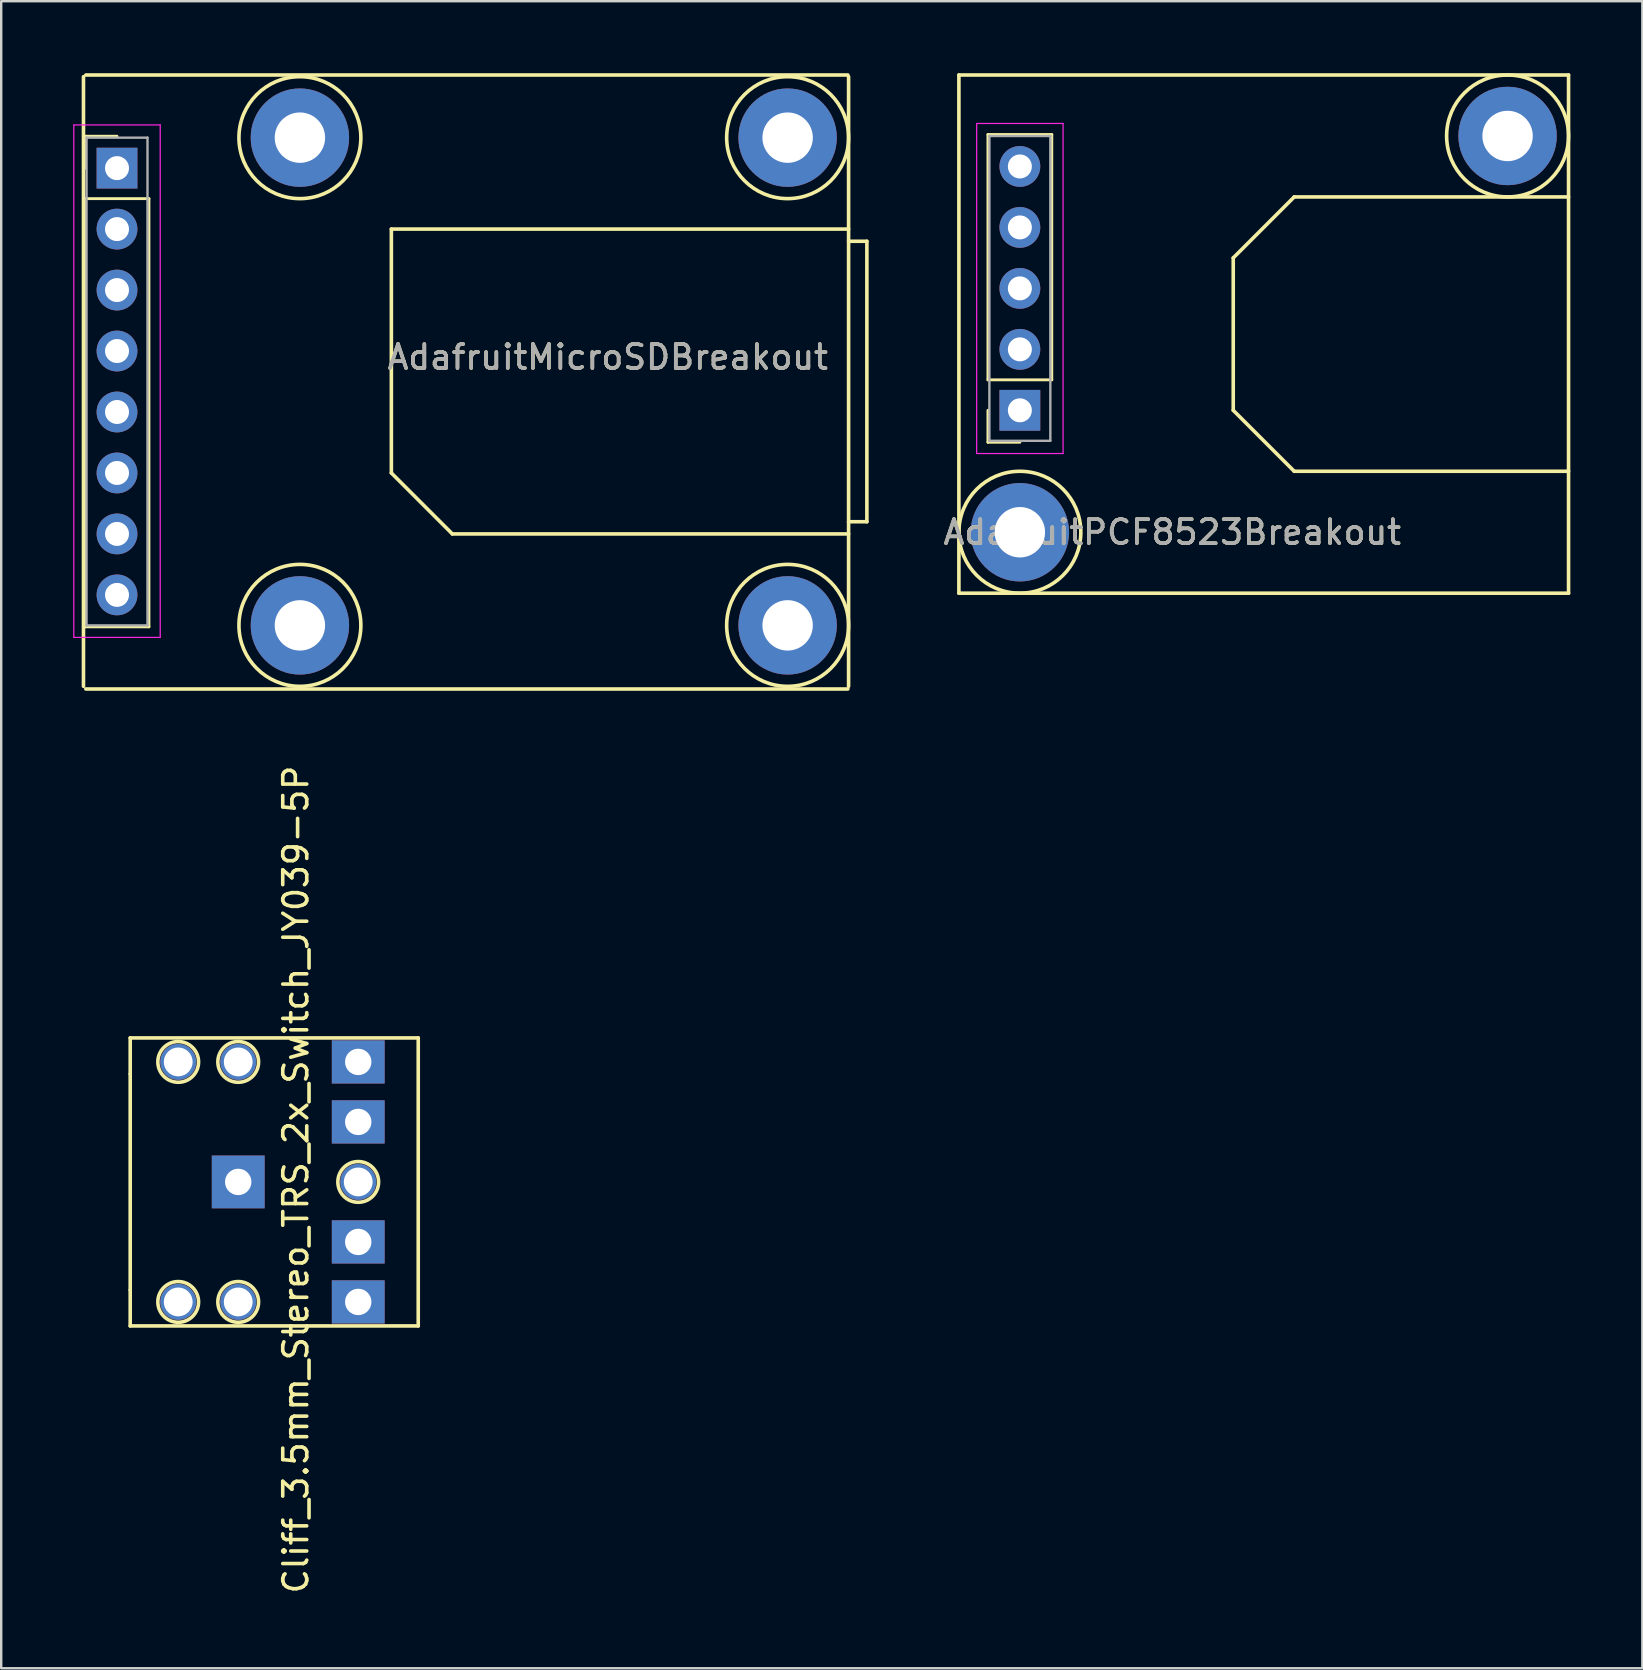
<source format=kicad_pcb>
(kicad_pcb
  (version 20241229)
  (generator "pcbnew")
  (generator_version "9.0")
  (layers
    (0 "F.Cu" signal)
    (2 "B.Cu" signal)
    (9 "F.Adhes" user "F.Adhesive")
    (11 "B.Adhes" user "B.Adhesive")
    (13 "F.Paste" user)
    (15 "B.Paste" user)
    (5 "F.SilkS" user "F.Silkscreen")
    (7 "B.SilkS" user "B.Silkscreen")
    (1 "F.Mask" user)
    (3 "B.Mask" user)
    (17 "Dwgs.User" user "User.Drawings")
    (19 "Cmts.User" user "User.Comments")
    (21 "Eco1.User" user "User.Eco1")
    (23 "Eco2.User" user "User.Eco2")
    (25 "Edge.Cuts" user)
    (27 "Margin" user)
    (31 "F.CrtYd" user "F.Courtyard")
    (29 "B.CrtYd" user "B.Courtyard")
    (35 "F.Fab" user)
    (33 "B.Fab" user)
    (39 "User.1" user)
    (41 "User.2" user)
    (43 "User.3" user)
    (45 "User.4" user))
  (footprint "AdafruitPCF8523Breakout"
    (layer "F.Cu")
    (at 39.441 14.045)
    (property "Reference" "AdafruitPCF8523Breakout" (at 6.35 5.08 180) (layer "F.SilkS") (effects (font (size 1 1) (thickness 0.15))))
    (attr through_hole)
    (fp_line (start -2.54 7.62) (end -2.54 -13.97) (stroke (width 0.15) (type solid)) (layer "F.SilkS"))
    (fp_line (start -2.54 7.62) (end 22.86 7.62) (stroke (width 0.15) (type solid)) (layer "F.SilkS"))
    (fp_line (start -1.33 -11.49) (end 1.33 -11.49) (stroke (width 0.12) (type solid)) (layer "F.SilkS"))
    (fp_line (start -1.33 -1.27) (end -1.33 -11.49) (stroke (width 0.12) (type solid)) (layer "F.SilkS"))
    (fp_line (start -1.33 0) (end -1.33 1.33) (stroke (width 0.12) (type solid)) (layer "F.SilkS"))
    (fp_line (start -1.33 1.33) (end 0 1.33) (stroke (width 0.12) (type solid)) (layer "F.SilkS"))
    (fp_line (start 1.33 -11.49) (end 1.33 -1.27) (stroke (width 0.12) (type solid)) (layer "F.SilkS"))
    (fp_line (start 1.33 -1.27) (end -1.33 -1.27) (stroke (width 0.12) (type solid)) (layer "F.SilkS"))
    (fp_line (start 8.89 -6.35) (end 11.43 -8.89) (stroke (width 0.15) (type solid)) (layer "F.SilkS"))
    (fp_line (start 8.89 0) (end 8.89 -6.35) (stroke (width 0.15) (type solid)) (layer "F.SilkS"))
    (fp_line (start 11.43 -8.89) (end 22.86 -8.89) (stroke (width 0.15) (type solid)) (layer "F.SilkS"))
    (fp_line (start 11.43 2.54) (end 8.89 0) (stroke (width 0.15) (type solid)) (layer "F.SilkS"))
    (fp_line (start 22.86 -13.97) (end -2.54 -13.97) (stroke (width 0.15) (type solid)) (layer "F.SilkS"))
    (fp_line (start 22.86 2.54) (end 11.43 2.54) (stroke (width 0.15) (type solid)) (layer "F.SilkS"))
    (fp_line (start 22.86 7.62) (end 22.86 -13.97) (stroke (width 0.15) (type solid)) (layer "F.SilkS"))
    (fp_circle (center 0 5.08) (end 2.54 5.08) (stroke (width 0.15) (type solid)) (fill no) (layer "F.SilkS"))
    (fp_circle (center 20.32 -11.43) (end 22.86 -11.43) (stroke (width 0.15) (type solid)) (fill no) (layer "F.SilkS"))
    (fp_line (start -1.8 -11.95) (end 1.8 -11.95) (stroke (width 0.05) (type solid)) (layer "F.CrtYd"))
    (fp_line (start -1.8 1.8) (end -1.8 -11.95) (stroke (width 0.05) (type solid)) (layer "F.CrtYd"))
    (fp_line (start 1.8 -11.95) (end 1.8 1.8) (stroke (width 0.05) (type solid)) (layer "F.CrtYd"))
    (fp_line (start 1.8 1.8) (end -1.8 1.8) (stroke (width 0.05) (type solid)) (layer "F.CrtYd"))
    (fp_line (start -1.27 -11.43) (end 1.27 -11.43) (stroke (width 0.1) (type solid)) (layer "F.Fab"))
    (fp_line (start -1.27 1.27) (end -1.27 -11.43) (stroke (width 0.1) (type solid)) (layer "F.Fab"))
    (fp_line (start 1.27 -11.43) (end 1.27 1.27) (stroke (width 0.1) (type solid)) (layer "F.Fab"))
    (fp_line (start 1.27 1.27) (end -1.27 1.27) (stroke (width 0.1) (type solid)) (layer "F.Fab"))
    (fp_text user "${REFERENCE}" (at 6.35 5.08 180) (layer "F.Fab") (effects (font (size 1 1) (thickness 0.15))))
    (pad "" np_thru_hole circle (at 0 5.08 180) (size 4.1 4.1) (drill 2.1) (layers "*.Cu" "*.Mask"))
    (pad "" np_thru_hole circle (at 20.32 -11.43 180) (size 4.1 4.1) (drill 2.1) (layers "*.Cu" "*.Mask"))
    (pad "1" thru_hole rect (at 0 0 180) (size 1.7 1.7) (drill 1) (layers "*.Cu" "*.Mask"))
    (pad "2" thru_hole oval (at 0 -2.54 180) (size 1.7 1.7) (drill 1) (layers "*.Cu" "*.Mask"))
    (pad "3" thru_hole oval (at 0 -5.08 180) (size 1.7 1.7) (drill 1) (layers "*.Cu" "*.Mask"))
    (pad "4" thru_hole oval (at 0 -7.62 180) (size 1.7 1.7) (drill 1) (layers "*.Cu" "*.Mask"))
    (pad "5" thru_hole oval (at 0 -10.16 180) (size 1.7 1.7) (drill 1) (layers "*.Cu" "*.Mask")))
  (footprint "Cliff_3.5mm_Stereo_TRS_2x_Switch_JY039-5P"
    (layer "F.Cu")
    (at 6.875 46.193)
    (property "Reference" "Cliff_3.5mm_Stereo_TRS_2x_Switch_JY039-5P" (at 2.4 -0.1 90) (layer "F.SilkS") (effects (font (size 1 1) (thickness 0.15))))
    (attr through_hole)
    (fp_line (start -4.5 -4.5) (end -4.5 -6) (stroke (width 0.15) (type solid)) (layer "F.SilkS"))
    (fp_line (start -4.5 -4.5) (end -4.5 4.5) (stroke (width 0.15) (type solid)) (layer "F.SilkS"))
    (fp_line (start -4.5 4.5) (end -4.5 6) (stroke (width 0.15) (type solid)) (layer "F.SilkS"))
    (fp_line (start -4.5 6) (end 7.5 6) (stroke (width 0.15) (type solid)) (layer "F.SilkS"))
    (fp_line (start 7.5 -6) (end -4.5 -6) (stroke (width 0.15) (type solid)) (layer "F.SilkS"))
    (fp_line (start 7.5 6) (end 7.5 -6) (stroke (width 0.15) (type solid)) (layer "F.SilkS"))
    (fp_circle (center -2.5 -5) (end -1.9 -5.6) (stroke (width 0.15) (type solid)) (fill no) (layer "F.SilkS"))
    (fp_circle (center -2.5 5) (end -1.9 4.4) (stroke (width 0.15) (type solid)) (fill no) (layer "F.SilkS"))
    (fp_circle (center 0 -5) (end 0.6 -5.6) (stroke (width 0.15) (type solid)) (fill no) (layer "F.SilkS"))
    (fp_circle (center 0 5) (end 0.6 4.4) (stroke (width 0.15) (type solid)) (fill no) (layer "F.SilkS"))
    (fp_circle (center 5 0) (end 5.6 -0.6) (stroke (width 0.15) (type solid)) (fill no) (layer "F.SilkS"))
    (fp_line (start -6.8 -1.8) (end -6.8 1.8) (stroke (width 0.15) (type solid)) (layer "Eco1.User"))
    (fp_line (start -6.8 -1.8) (end -5.5 -1.8) (stroke (width 0.15) (type solid)) (layer "Eco1.User"))
    (fp_line (start -6.8 1.8) (end -5.5 1.8) (stroke (width 0.15) (type solid)) (layer "Eco1.User"))
    (fp_line (start -5.5 -4.5) (end -4.5 -4.5) (stroke (width 0.15) (type solid)) (layer "Eco1.User"))
    (fp_line (start -5.5 -1.8) (end -5.5 -4.5) (stroke (width 0.15) (type solid)) (layer "Eco1.User"))
    (fp_line (start -5.5 1.8) (end -5.5 4.5) (stroke (width 0.15) (type solid)) (layer "Eco1.User"))
    (fp_line (start -5.5 4.5) (end -4.5 4.5) (stroke (width 0.15) (type solid)) (layer "Eco1.User"))
    (pad "" np_thru_hole circle (at -2.5 -5) (size 1.5 1.5) (drill 1.2) (layers "*.Cu"))
    (pad "" np_thru_hole circle (at -2.5 5) (size 1.5 1.5) (drill 1.2) (layers "*.Cu"))
    (pad "" np_thru_hole circle (at 0 -5) (size 1.5 1.5) (drill 1.2) (layers "*.Cu"))
    (pad "" np_thru_hole circle (at 0 5) (size 1.5 1.5) (drill 1.2) (layers "*.Cu"))
    (pad "" np_thru_hole circle (at 5 0) (size 1.5 1.5) (drill 1.2) (layers "*.Cu"))
    (pad "1" thru_hole rect (at 5 -5) (size 2.2 1.8) (drill 1.1) (layers "*.Cu" "*.Mask"))
    (pad "2" thru_hole rect (at 5 5) (size 2.2 1.8) (drill 1.1) (layers "*.Cu" "*.Mask"))
    (pad "3" thru_hole rect (at 0 0) (size 2.2 2.2) (drill 1.1) (layers "*.Cu" "*.Mask"))
    (pad "4" thru_hole rect (at 5 -2.5) (size 2.2 1.8) (drill 1.1) (layers "*.Cu" "*.Mask"))
    (pad "5" thru_hole rect (at 5 2.5) (size 2.2 1.8) (drill 1.1) (layers "*.Cu" "*.Mask")))
  (footprint "AdafruitMicroSDBreakout"
    (layer "F.Cu")
    (at 1.825 3.955)
    (property "Reference" "AdafruitMicroSDBreakout" (at 20.447 7.874 0) (layer "F.SilkS") (effects (font (size 1 1) (thickness 0.15))))
    (attr through_hole)
    (fp_line (start -1.397 -3.81) (end -1.397 21.59) (stroke (width 0.15) (type solid)) (layer "F.SilkS"))
    (fp_line (start -1.33 -1.33) (end 0 -1.33) (stroke (width 0.12) (type solid)) (layer "F.SilkS"))
    (fp_line (start -1.33 0) (end -1.33 -1.33) (stroke (width 0.12) (type solid)) (layer "F.SilkS"))
    (fp_line (start -1.33 1.27) (end -1.33 19.11) (stroke (width 0.12) (type solid)) (layer "F.SilkS"))
    (fp_line (start -1.33 19.11) (end 1.33 19.11) (stroke (width 0.12) (type solid)) (layer "F.SilkS"))
    (fp_line (start -1.3 -3.88) (end 30.45 -3.88) (stroke (width 0.15) (type solid)) (layer "F.SilkS"))
    (fp_line (start -1.3 21.7) (end 30.45 21.7) (stroke (width 0.15) (type solid)) (layer "F.SilkS"))
    (fp_line (start 1.33 1.27) (end -1.33 1.27) (stroke (width 0.12) (type solid)) (layer "F.SilkS"))
    (fp_line (start 1.33 19.11) (end 1.33 1.27) (stroke (width 0.12) (type solid)) (layer "F.SilkS"))
    (fp_line (start 11.43 12.7) (end 11.43 2.54) (stroke (width 0.15) (type solid)) (layer "F.SilkS"))
    (fp_line (start 11.43 12.7) (end 13.97 15.24) (stroke (width 0.15) (type solid)) (layer "F.SilkS"))
    (fp_line (start 13.97 15.24) (end 30.48 15.24) (stroke (width 0.15) (type solid)) (layer "F.SilkS"))
    (fp_line (start 30.48 -3.81) (end 30.48 21.59) (stroke (width 0.15) (type solid)) (layer "F.SilkS"))
    (fp_line (start 30.48 2.54) (end 11.43 2.54) (stroke (width 0.15) (type solid)) (layer "F.SilkS"))
    (fp_line (start 30.48 3.048) (end 31.242 3.048) (stroke (width 0.15) (type solid)) (layer "F.SilkS"))
    (fp_line (start 31.242 3.048) (end 31.242 14.732) (stroke (width 0.15) (type solid)) (layer "F.SilkS"))
    (fp_line (start 31.242 14.732) (end 30.48 14.732) (stroke (width 0.15) (type solid)) (layer "F.SilkS"))
    (fp_circle (center 7.62 -1.27) (end 10.16 -1.27) (stroke (width 0.15) (type solid)) (fill no) (layer "F.SilkS"))
    (fp_circle (center 7.62 19.05) (end 10.16 19.05) (stroke (width 0.15) (type solid)) (fill no) (layer "F.SilkS"))
    (fp_circle (center 27.94 -1.27) (end 30.48 -1.27) (stroke (width 0.15) (type solid)) (fill no) (layer "F.SilkS"))
    (fp_circle (center 27.94 19.05) (end 30.48 19.05) (stroke (width 0.15) (type solid)) (fill no) (layer "F.SilkS"))
    (fp_line (start -1.8 -1.8) (end -1.8 19.55) (stroke (width 0.05) (type solid)) (layer "F.CrtYd"))
    (fp_line (start -1.8 19.55) (end 1.8 19.55) (stroke (width 0.05) (type solid)) (layer "F.CrtYd"))
    (fp_line (start 1.8 -1.8) (end -1.8 -1.8) (stroke (width 0.05) (type solid)) (layer "F.CrtYd"))
    (fp_line (start 1.8 19.55) (end 1.8 -1.8) (stroke (width 0.05) (type solid)) (layer "F.CrtYd"))
    (fp_line (start -1.27 -1.27) (end -1.27 19.05) (stroke (width 0.1) (type solid)) (layer "F.Fab"))
    (fp_line (start -1.27 19.05) (end 1.27 19.05) (stroke (width 0.1) (type solid)) (layer "F.Fab"))
    (fp_line (start 1.27 -1.27) (end -1.27 -1.27) (stroke (width 0.1) (type solid)) (layer "F.Fab"))
    (fp_line (start 1.27 19.05) (end 1.27 -1.27) (stroke (width 0.1) (type solid)) (layer "F.Fab"))
    (fp_text user "${REFERENCE}" (at 20.447 7.874 0) (layer "F.Fab") (effects (font (size 1 1) (thickness 0.15))))
    (pad "" np_thru_hole circle (at 7.62 -1.27) (size 4.1 4.1) (drill 2.1) (layers "*.Cu"))
    (pad "" np_thru_hole circle (at 7.62 19.05) (size 4.1 4.1) (drill 2.1) (layers "*.Cu"))
    (pad "" np_thru_hole circle (at 27.94 -1.27) (size 4.1 4.1) (drill 2.1) (layers "*.Cu"))
    (pad "" np_thru_hole circle (at 27.94 19.05) (size 4.1 4.1) (drill 2.1) (layers "*.Cu"))
    (pad "1" thru_hole rect (at 0 0) (size 1.7 1.7) (drill 1) (layers "*.Cu" "*.Mask"))
    (pad "2" thru_hole oval (at 0 2.54) (size 1.7 1.7) (drill 1) (layers "*.Cu" "*.Mask"))
    (pad "3" thru_hole oval (at 0 5.08) (size 1.7 1.7) (drill 1) (layers "*.Cu" "*.Mask"))
    (pad "4" thru_hole oval (at 0 7.62) (size 1.7 1.7) (drill 1) (layers "*.Cu" "*.Mask"))
    (pad "5" thru_hole oval (at 0 10.16) (size 1.7 1.7) (drill 1) (layers "*.Cu" "*.Mask"))
    (pad "6" thru_hole oval (at 0 12.7) (size 1.7 1.7) (drill 1) (layers "*.Cu" "*.Mask"))
    (pad "7" thru_hole oval (at 0 15.24) (size 1.7 1.7) (drill 1) (layers "*.Cu" "*.Mask"))
    (pad "8" thru_hole oval (at 0 17.78) (size 1.7 1.7) (drill 1) (layers "*.Cu" "*.Mask")))
  (gr_rect
    (start -3 -3)
    (end 65.376 66.456)
    (stroke (width 0.1) (type default))
    (fill no)
    (layer "Edge.Cuts")))
</source>
